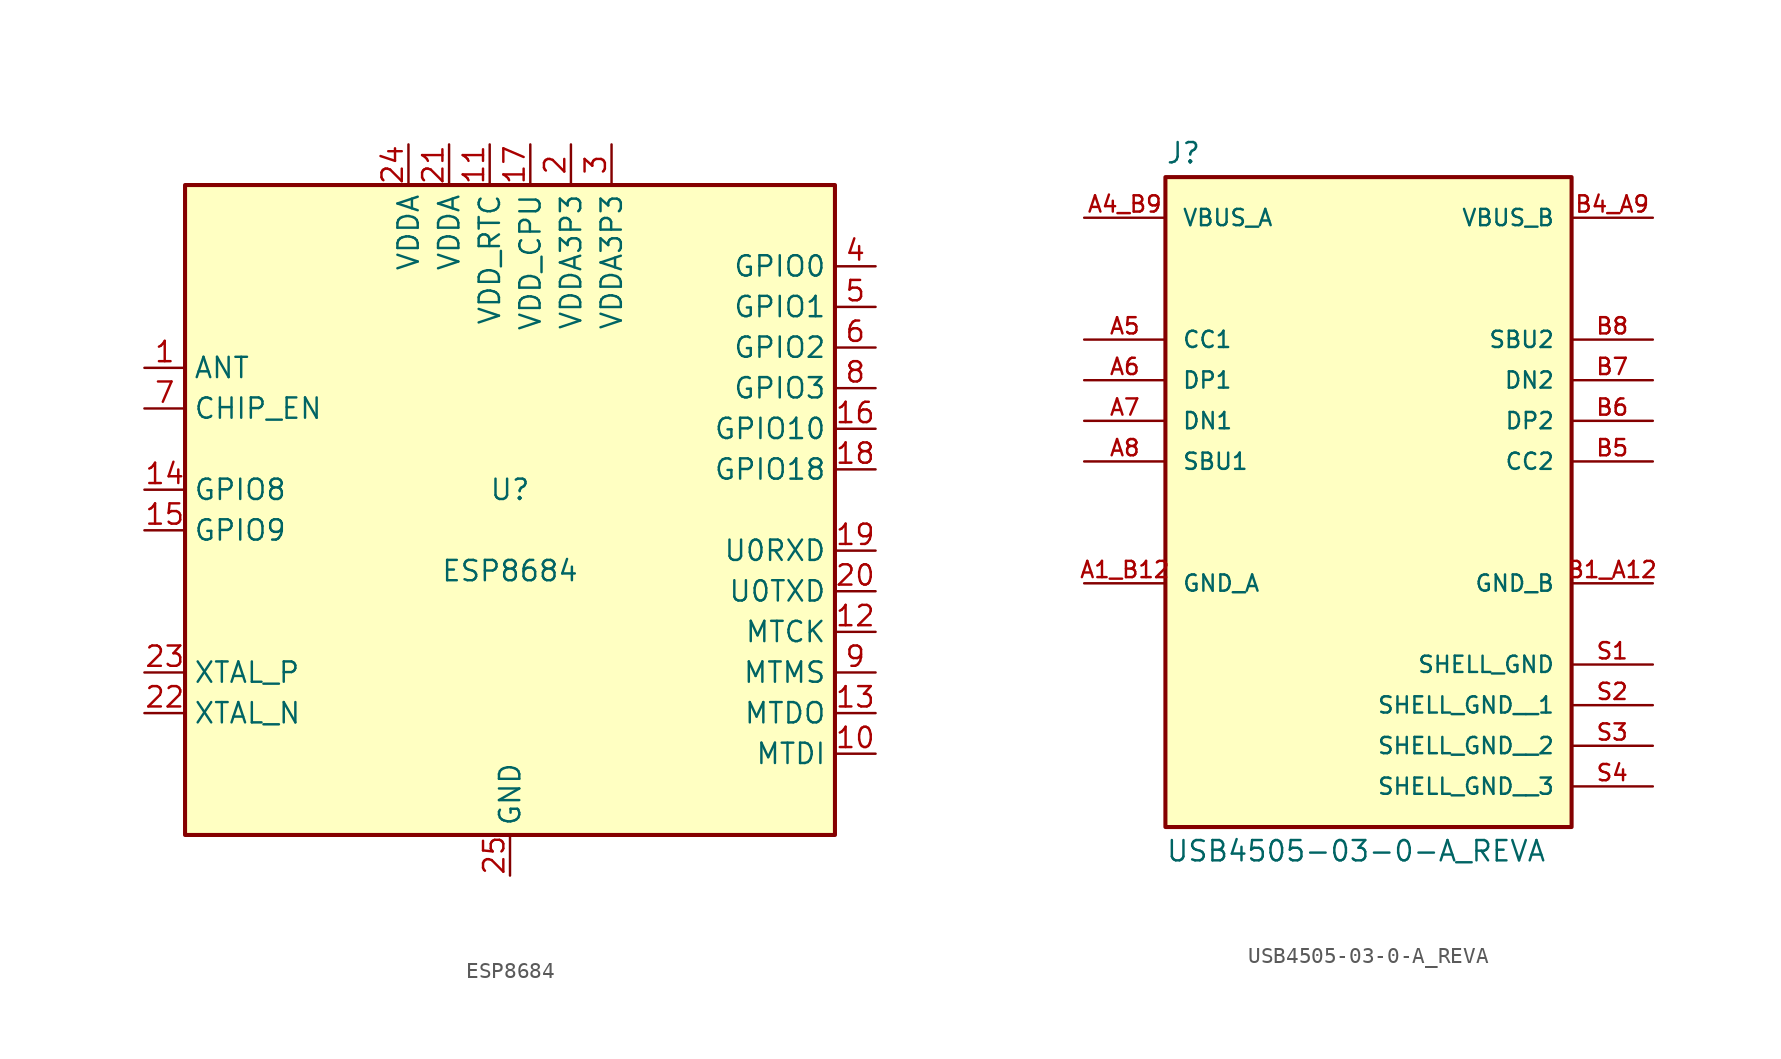
<source format=kicad_sym>
(kicad_symbol_lib
  (version 20220914)
  (generator kicad_symbol_editor)
  (symbol "ESP8684"
    (property "Reference" "U"
      (at 0 1.27 0)
      (effects (font (size 1.27 1.27))))
    (property "Value" "ESP8684"
      (at 0 -3.81 0)
      (effects (font (size 1.27 1.27))))
    (symbol "ESP8684_0_1"
      (rectangle (start -20.32 20.32) (end 20.32 -20.32) (stroke (width 0.254) (type default)) (fill (type background))))
    (symbol "ESP8684_1_1"
      (pin input line (at -22.86 8.89 0) (length 2.54) (name "ANT" (effects (font (size 1.27 1.27)))) (number "1" (effects (font (size 1.27 1.27)))))
      (pin bidirectional line (at 22.86 -15.24 180) (length 2.54) (name "MTDI" (effects (font (size 1.27 1.27)))) (number "10" (effects (font (size 1.27 1.27)))))
      (pin power_in line (at -1.27 22.86 270) (length 2.54) (name "VDD_RTC" (effects (font (size 1.27 1.27)))) (number "11" (effects (font (size 1.27 1.27)))))
      (pin bidirectional line (at 22.86 -7.62 180) (length 2.54) (name "MTCK" (effects (font (size 1.27 1.27)))) (number "12" (effects (font (size 1.27 1.27)))))
      (pin bidirectional line (at 22.86 -12.7 180) (length 2.54) (name "MTDO" (effects (font (size 1.27 1.27)))) (number "13" (effects (font (size 1.27 1.27)))))
      (pin bidirectional line (at -22.86 1.27 0) (length 2.54) (name "GPIO8" (effects (font (size 1.27 1.27)))) (number "14" (effects (font (size 1.27 1.27)))))
      (pin bidirectional line (at -22.86 -1.27 0) (length 2.54) (name "GPIO9" (effects (font (size 1.27 1.27)))) (number "15" (effects (font (size 1.27 1.27)))))
      (pin bidirectional line (at 22.86 5.08 180) (length 2.54) (name "GPIO10" (effects (font (size 1.27 1.27)))) (number "16" (effects (font (size 1.27 1.27)))))
      (pin power_in line (at 1.27 22.86 270) (length 2.54) (name "VDD_CPU" (effects (font (size 1.27 1.27)))) (number "17" (effects (font (size 1.27 1.27)))))
      (pin bidirectional line (at 22.86 2.54 180) (length 2.54) (name "GPIO18" (effects (font (size 1.27 1.27)))) (number "18" (effects (font (size 1.27 1.27)))))
      (pin bidirectional line (at 22.86 -2.54 180) (length 2.54) (name "U0RXD" (effects (font (size 1.27 1.27)))) (number "19" (effects (font (size 1.27 1.27)))))
      (pin power_in line (at 3.81 22.86 270) (length 2.54) (name "VDDA3P3" (effects (font (size 1.27 1.27)))) (number "2" (effects (font (size 1.27 1.27)))))
      (pin bidirectional line (at 22.86 -5.08 180) (length 2.54) (name "U0TXD" (effects (font (size 1.27 1.27)))) (number "20" (effects (font (size 1.27 1.27)))))
      (pin power_in line (at -3.81 22.86 270) (length 2.54) (name "VDDA" (effects (font (size 1.27 1.27)))) (number "21" (effects (font (size 1.27 1.27)))))
      (pin bidirectional line (at -22.86 -12.7 0) (length 2.54) (name "XTAL_N" (effects (font (size 1.27 1.27)))) (number "22" (effects (font (size 1.27 1.27)))))
      (pin bidirectional line (at -22.86 -10.16 0) (length 2.54) (name "XTAL_P" (effects (font (size 1.27 1.27)))) (number "23" (effects (font (size 1.27 1.27)))))
      (pin power_in line (at -6.35 22.86 270) (length 2.54) (name "VDDA" (effects (font (size 1.27 1.27)))) (number "24" (effects (font (size 1.27 1.27)))))
      (pin power_in line (at 0 -22.86 90) (length 2.54) (name "GND" (effects (font (size 1.27 1.27)))) (number "25" (effects (font (size 1.27 1.27)))))
      (pin power_in line (at 6.35 22.86 270) (length 2.54) (name "VDDA3P3" (effects (font (size 1.27 1.27)))) (number "3" (effects (font (size 1.27 1.27)))))
      (pin bidirectional line (at 22.86 15.24 180) (length 2.54) (name "GPIO0" (effects (font (size 1.27 1.27)))) (number "4" (effects (font (size 1.27 1.27)))))
      (pin bidirectional line (at 22.86 12.7 180) (length 2.54) (name "GPIO1" (effects (font (size 1.27 1.27)))) (number "5" (effects (font (size 1.27 1.27)))))
      (pin bidirectional line (at 22.86 10.16 180) (length 2.54) (name "GPIO2" (effects (font (size 1.27 1.27)))) (number "6" (effects (font (size 1.27 1.27)))))
      (pin input line (at -22.86 6.35 0) (length 2.54) (name "CHIP_EN" (effects (font (size 1.27 1.27)))) (number "7" (effects (font (size 1.27 1.27)))))
      (pin bidirectional line (at 22.86 7.62 180) (length 2.54) (name "GPIO3" (effects (font (size 1.27 1.27)))) (number "8" (effects (font (size 1.27 1.27)))))
      (pin bidirectional line (at 22.86 -10.16 180) (length 2.54) (name "MTMS" (effects (font (size 1.27 1.27)))) (number "9" (effects (font (size 1.27 1.27)))))))
  (symbol "USB4505-03-0-A_REVA"
    (pin_names
      (offset 1.016))
    (property "Reference" "J"
      (at -12.7 16.002 0)
      (effects (font (size 1.27 1.27)) (justify left bottom)))
    (property "Value" "USB4505-03-0-A_REVA"
      (at -12.7 -26.162 0)
      (effects (font (size 1.27 1.27)) (justify left top)))
    (symbol "USB4505-03-0-A_REVA_0_0"
      (rectangle (start -12.7 -25.4) (end 12.7 15.24) (stroke (width 0.254) (type default)) (fill (type background)))
      (pin power_in line (at -17.78 -10.16 0) (length 5.08) (name "GND_A" (effects (font (size 1.016 1.016)))) (number "A1_B12" (effects (font (size 1.016 1.016)))))
      (pin power_in line (at -17.78 12.7 0) (length 5.08) (name "VBUS_A" (effects (font (size 1.016 1.016)))) (number "A4_B9" (effects (font (size 1.016 1.016)))))
      (pin bidirectional line (at -17.78 5.08 0) (length 5.08) (name "CC1" (effects (font (size 1.016 1.016)))) (number "A5" (effects (font (size 1.016 1.016)))))
      (pin bidirectional line (at -17.78 2.54 0) (length 5.08) (name "DP1" (effects (font (size 1.016 1.016)))) (number "A6" (effects (font (size 1.016 1.016)))))
      (pin bidirectional line (at -17.78 0 0) (length 5.08) (name "DN1" (effects (font (size 1.016 1.016)))) (number "A7" (effects (font (size 1.016 1.016)))))
      (pin bidirectional line (at -17.78 -2.54 0) (length 5.08) (name "SBU1" (effects (font (size 1.016 1.016)))) (number "A8" (effects (font (size 1.016 1.016)))))
      (pin power_in line (at 17.78 -10.16 180) (length 5.08) (name "GND_B" (effects (font (size 1.016 1.016)))) (number "B1_A12" (effects (font (size 1.016 1.016)))))
      (pin power_in line (at 17.78 12.7 180) (length 5.08) (name "VBUS_B" (effects (font (size 1.016 1.016)))) (number "B4_A9" (effects (font (size 1.016 1.016)))))
      (pin bidirectional line (at 17.78 -2.54 180) (length 5.08) (name "CC2" (effects (font (size 1.016 1.016)))) (number "B5" (effects (font (size 1.016 1.016)))))
      (pin bidirectional line (at 17.78 0 180) (length 5.08) (name "DP2" (effects (font (size 1.016 1.016)))) (number "B6" (effects (font (size 1.016 1.016)))))
      (pin bidirectional line (at 17.78 2.54 180) (length 5.08) (name "DN2" (effects (font (size 1.016 1.016)))) (number "B7" (effects (font (size 1.016 1.016)))))
      (pin bidirectional line (at 17.78 5.08 180) (length 5.08) (name "SBU2" (effects (font (size 1.016 1.016)))) (number "B8" (effects (font (size 1.016 1.016)))))
      (pin power_in line (at 17.78 -15.24 180) (length 5.08) (name "SHELL_GND" (effects (font (size 1.016 1.016)))) (number "S1" (effects (font (size 1.016 1.016)))))
      (pin power_in line (at 17.78 -17.78 180) (length 5.08) (name "SHELL_GND__1" (effects (font (size 1.016 1.016)))) (number "S2" (effects (font (size 1.016 1.016)))))
      (pin power_in line (at 17.78 -20.32 180) (length 5.08) (name "SHELL_GND__2" (effects (font (size 1.016 1.016)))) (number "S3" (effects (font (size 1.016 1.016)))))
      (pin power_in line (at 17.78 -22.86 180) (length 5.08) (name "SHELL_GND__3" (effects (font (size 1.016 1.016)))) (number "S4" (effects (font (size 1.016 1.016))))))))
</source>
